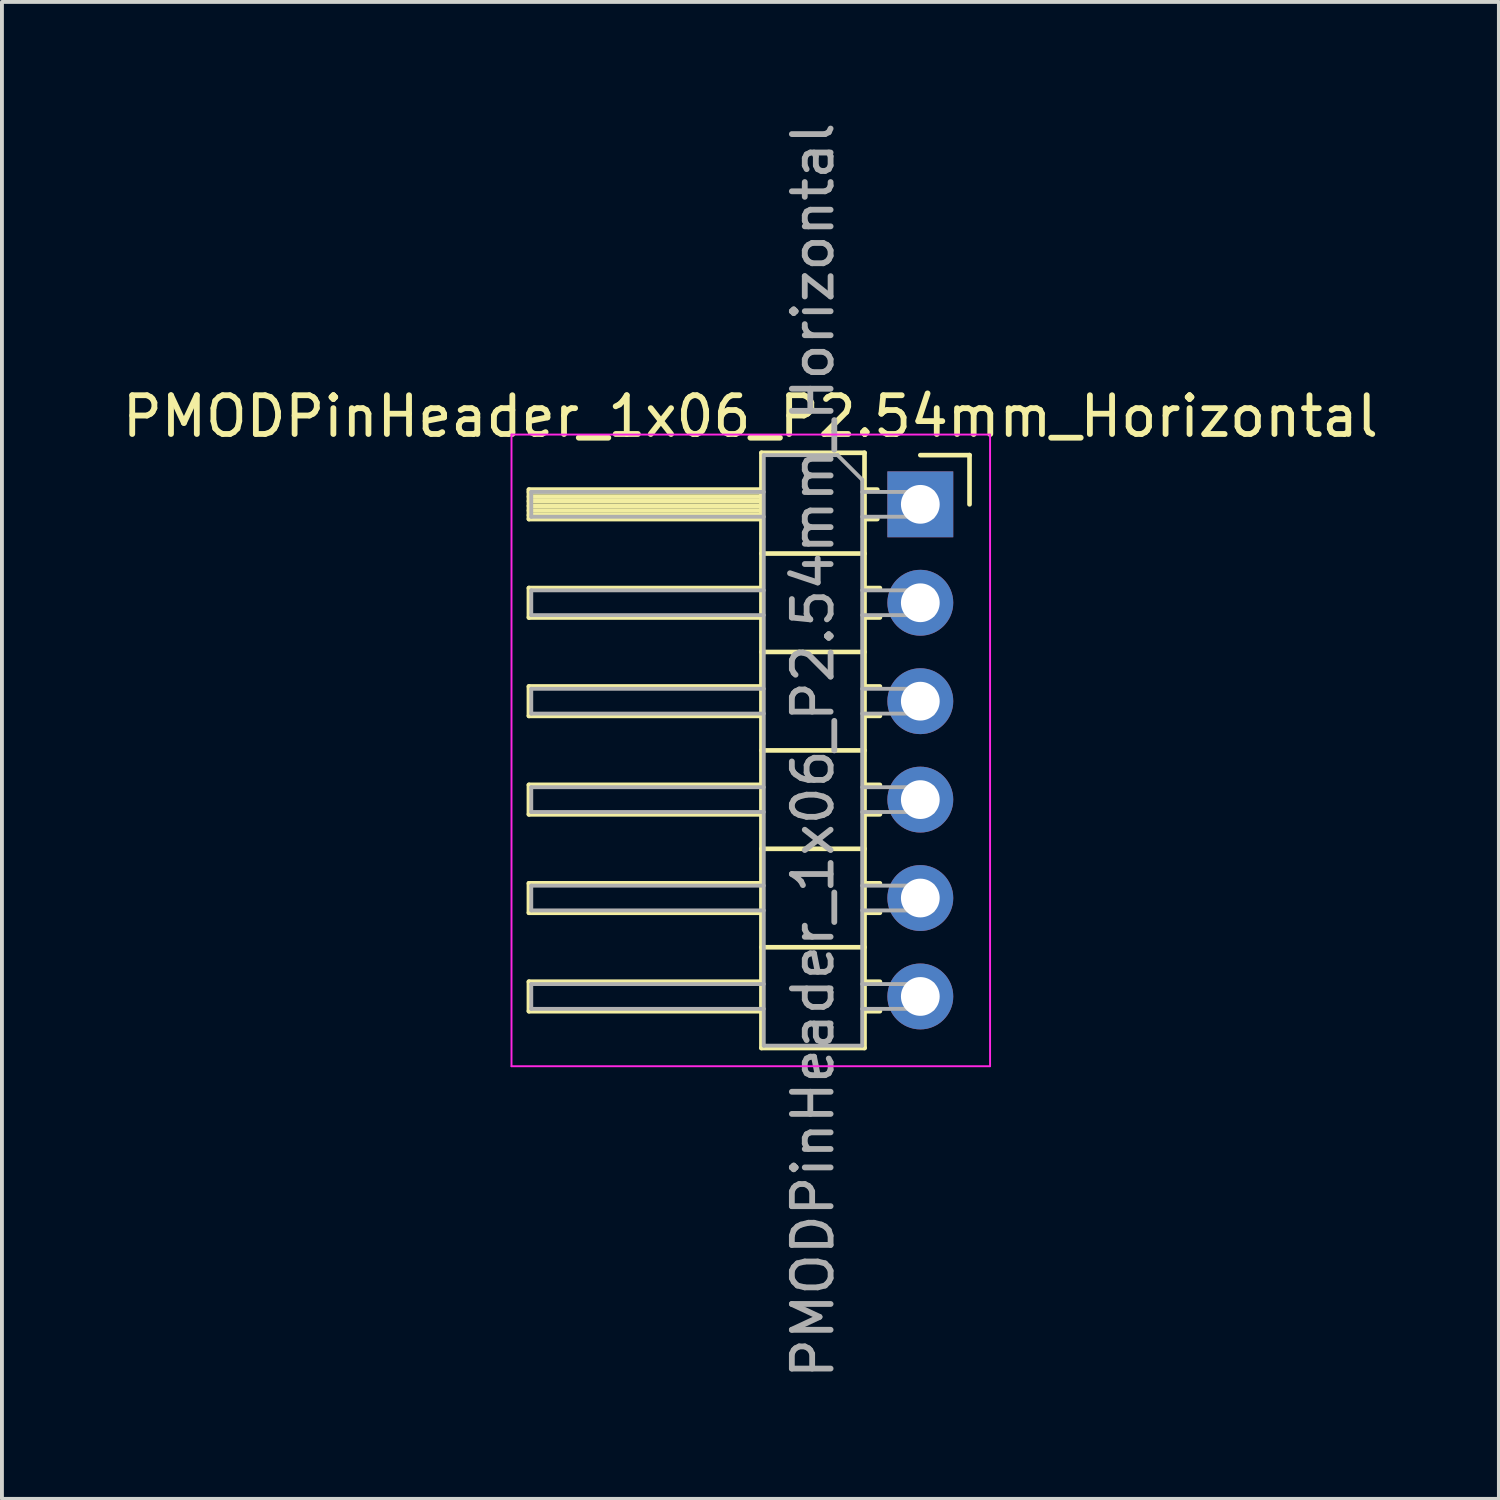
<source format=kicad_pcb>
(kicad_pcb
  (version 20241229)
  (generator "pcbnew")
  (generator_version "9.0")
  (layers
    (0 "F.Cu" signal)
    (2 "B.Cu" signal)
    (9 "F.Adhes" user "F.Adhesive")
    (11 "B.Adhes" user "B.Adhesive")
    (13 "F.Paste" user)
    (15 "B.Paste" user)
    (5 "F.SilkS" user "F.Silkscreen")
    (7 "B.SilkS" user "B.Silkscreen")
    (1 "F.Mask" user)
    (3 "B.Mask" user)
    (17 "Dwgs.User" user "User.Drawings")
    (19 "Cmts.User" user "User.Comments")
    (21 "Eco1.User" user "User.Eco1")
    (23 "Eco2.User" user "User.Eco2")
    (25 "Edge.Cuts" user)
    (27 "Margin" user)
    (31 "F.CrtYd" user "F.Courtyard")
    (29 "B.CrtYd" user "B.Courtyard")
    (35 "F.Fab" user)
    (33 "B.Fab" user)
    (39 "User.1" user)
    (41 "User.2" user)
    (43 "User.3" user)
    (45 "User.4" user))
  (footprint "PMODPinHeader_1x06_P2.54mm_Horizontal"
    (layer "F.Cu")
    (at 20.7 9.965)
    (property "Reference" "PMODPinHeader_1x06_P2.54mm_Horizontal" (at -4.385 -2.27 0) (layer "F.SilkS") (effects (font (size 1 1) (thickness 0.15))))
    (attr through_hole)
    (fp_line (start -10.1 -0.38) (end -10.1 0.38) (stroke (width 0.12) (type solid)) (layer "F.SilkS"))
    (fp_line (start -10.1 0.38) (end -4.1 0.38) (stroke (width 0.12) (type solid)) (layer "F.SilkS"))
    (fp_line (start -10.1 2.16) (end -10.1 2.92) (stroke (width 0.12) (type solid)) (layer "F.SilkS"))
    (fp_line (start -10.1 2.92) (end -4.1 2.92) (stroke (width 0.12) (type solid)) (layer "F.SilkS"))
    (fp_line (start -10.1 4.7) (end -10.1 5.46) (stroke (width 0.12) (type solid)) (layer "F.SilkS"))
    (fp_line (start -10.1 5.46) (end -4.1 5.46) (stroke (width 0.12) (type solid)) (layer "F.SilkS"))
    (fp_line (start -10.1 7.24) (end -10.1 8) (stroke (width 0.12) (type solid)) (layer "F.SilkS"))
    (fp_line (start -10.1 8) (end -4.1 8) (stroke (width 0.12) (type solid)) (layer "F.SilkS"))
    (fp_line (start -10.1 9.78) (end -10.1 10.54) (stroke (width 0.12) (type solid)) (layer "F.SilkS"))
    (fp_line (start -10.1 10.54) (end -4.1 10.54) (stroke (width 0.12) (type solid)) (layer "F.SilkS"))
    (fp_line (start -10.1 12.32) (end -10.1 13.08) (stroke (width 0.12) (type solid)) (layer "F.SilkS"))
    (fp_line (start -10.1 13.08) (end -4.1 13.08) (stroke (width 0.12) (type solid)) (layer "F.SilkS"))
    (fp_line (start -4.1 -1.33) (end -1.44 -1.33) (stroke (width 0.12) (type solid)) (layer "F.SilkS"))
    (fp_line (start -4.1 -0.38) (end -10.1 -0.38) (stroke (width 0.12) (type solid)) (layer "F.SilkS"))
    (fp_line (start -4.1 -0.32) (end -10.1 -0.32) (stroke (width 0.12) (type solid)) (layer "F.SilkS"))
    (fp_line (start -4.1 -0.2) (end -10.1 -0.2) (stroke (width 0.12) (type solid)) (layer "F.SilkS"))
    (fp_line (start -4.1 -0.08) (end -10.1 -0.08) (stroke (width 0.12) (type solid)) (layer "F.SilkS"))
    (fp_line (start -4.1 0.04) (end -10.1 0.04) (stroke (width 0.12) (type solid)) (layer "F.SilkS"))
    (fp_line (start -4.1 0.16) (end -10.1 0.16) (stroke (width 0.12) (type solid)) (layer "F.SilkS"))
    (fp_line (start -4.1 0.28) (end -10.1 0.28) (stroke (width 0.12) (type solid)) (layer "F.SilkS"))
    (fp_line (start -4.1 2.16) (end -10.1 2.16) (stroke (width 0.12) (type solid)) (layer "F.SilkS"))
    (fp_line (start -4.1 4.7) (end -10.1 4.7) (stroke (width 0.12) (type solid)) (layer "F.SilkS"))
    (fp_line (start -4.1 7.24) (end -10.1 7.24) (stroke (width 0.12) (type solid)) (layer "F.SilkS"))
    (fp_line (start -4.1 9.78) (end -10.1 9.78) (stroke (width 0.12) (type solid)) (layer "F.SilkS"))
    (fp_line (start -4.1 12.32) (end -10.1 12.32) (stroke (width 0.12) (type solid)) (layer "F.SilkS"))
    (fp_line (start -4.1 14.03) (end -4.1 -1.33) (stroke (width 0.12) (type solid)) (layer "F.SilkS"))
    (fp_line (start -1.44 -1.33) (end -1.44 14.03) (stroke (width 0.12) (type solid)) (layer "F.SilkS"))
    (fp_line (start -1.44 1.27) (end -4.1 1.27) (stroke (width 0.12) (type solid)) (layer "F.SilkS"))
    (fp_line (start -1.44 3.81) (end -4.1 3.81) (stroke (width 0.12) (type solid)) (layer "F.SilkS"))
    (fp_line (start -1.44 6.35) (end -4.1 6.35) (stroke (width 0.12) (type solid)) (layer "F.SilkS"))
    (fp_line (start -1.44 8.89) (end -4.1 8.89) (stroke (width 0.12) (type solid)) (layer "F.SilkS"))
    (fp_line (start -1.44 11.43) (end -4.1 11.43) (stroke (width 0.12) (type solid)) (layer "F.SilkS"))
    (fp_line (start -1.44 14.03) (end -4.1 14.03) (stroke (width 0.12) (type solid)) (layer "F.SilkS"))
    (fp_line (start -1.11 -0.38) (end -1.44 -0.38) (stroke (width 0.12) (type solid)) (layer "F.SilkS"))
    (fp_line (start -1.11 0.38) (end -1.44 0.38) (stroke (width 0.12) (type solid)) (layer "F.SilkS"))
    (fp_line (start -1.043 2.16) (end -1.44 2.16) (stroke (width 0.12) (type solid)) (layer "F.SilkS"))
    (fp_line (start -1.043 2.92) (end -1.44 2.92) (stroke (width 0.12) (type solid)) (layer "F.SilkS"))
    (fp_line (start -1.043 4.7) (end -1.44 4.7) (stroke (width 0.12) (type solid)) (layer "F.SilkS"))
    (fp_line (start -1.043 5.46) (end -1.44 5.46) (stroke (width 0.12) (type solid)) (layer "F.SilkS"))
    (fp_line (start -1.043 7.24) (end -1.44 7.24) (stroke (width 0.12) (type solid)) (layer "F.SilkS"))
    (fp_line (start -1.043 8) (end -1.44 8) (stroke (width 0.12) (type solid)) (layer "F.SilkS"))
    (fp_line (start -1.043 9.78) (end -1.44 9.78) (stroke (width 0.12) (type solid)) (layer "F.SilkS"))
    (fp_line (start -1.043 10.54) (end -1.44 10.54) (stroke (width 0.12) (type solid)) (layer "F.SilkS"))
    (fp_line (start -1.043 12.32) (end -1.44 12.32) (stroke (width 0.12) (type solid)) (layer "F.SilkS"))
    (fp_line (start -1.043 13.08) (end -1.44 13.08) (stroke (width 0.12) (type solid)) (layer "F.SilkS"))
    (fp_line (start 1.27 -1.27) (end 0 -1.27) (stroke (width 0.12) (type solid)) (layer "F.SilkS"))
    (fp_line (start 1.27 0) (end 1.27 -1.27) (stroke (width 0.12) (type solid)) (layer "F.SilkS"))
    (fp_line (start -10.55 -1.8) (end 1.8 -1.8) (stroke (width 0.05) (type solid)) (layer "F.CrtYd"))
    (fp_line (start -10.55 14.5) (end -10.55 -1.8) (stroke (width 0.05) (type solid)) (layer "F.CrtYd"))
    (fp_line (start 1.8 -1.8) (end 1.8 14.5) (stroke (width 0.05) (type solid)) (layer "F.CrtYd"))
    (fp_line (start 1.8 14.5) (end -10.55 14.5) (stroke (width 0.05) (type solid)) (layer "F.CrtYd"))
    (fp_line (start -10.04 -0.32) (end -10.04 0.32) (stroke (width 0.1) (type solid)) (layer "F.Fab"))
    (fp_line (start -10.04 2.22) (end -10.04 2.86) (stroke (width 0.1) (type solid)) (layer "F.Fab"))
    (fp_line (start -10.04 4.76) (end -10.04 5.4) (stroke (width 0.1) (type solid)) (layer "F.Fab"))
    (fp_line (start -10.04 7.3) (end -10.04 7.94) (stroke (width 0.1) (type solid)) (layer "F.Fab"))
    (fp_line (start -10.04 9.84) (end -10.04 10.48) (stroke (width 0.1) (type solid)) (layer "F.Fab"))
    (fp_line (start -10.04 12.38) (end -10.04 13.02) (stroke (width 0.1) (type solid)) (layer "F.Fab"))
    (fp_line (start -4.04 -1.27) (end -4.04 13.97) (stroke (width 0.1) (type solid)) (layer "F.Fab"))
    (fp_line (start -4.04 -0.32) (end -10.04 -0.32) (stroke (width 0.1) (type solid)) (layer "F.Fab"))
    (fp_line (start -4.04 0.32) (end -10.04 0.32) (stroke (width 0.1) (type solid)) (layer "F.Fab"))
    (fp_line (start -4.04 2.22) (end -10.04 2.22) (stroke (width 0.1) (type solid)) (layer "F.Fab"))
    (fp_line (start -4.04 2.86) (end -10.04 2.86) (stroke (width 0.1) (type solid)) (layer "F.Fab"))
    (fp_line (start -4.04 4.76) (end -10.04 4.76) (stroke (width 0.1) (type solid)) (layer "F.Fab"))
    (fp_line (start -4.04 5.4) (end -10.04 5.4) (stroke (width 0.1) (type solid)) (layer "F.Fab"))
    (fp_line (start -4.04 7.3) (end -10.04 7.3) (stroke (width 0.1) (type solid)) (layer "F.Fab"))
    (fp_line (start -4.04 7.94) (end -10.04 7.94) (stroke (width 0.1) (type solid)) (layer "F.Fab"))
    (fp_line (start -4.04 9.84) (end -10.04 9.84) (stroke (width 0.1) (type solid)) (layer "F.Fab"))
    (fp_line (start -4.04 10.48) (end -10.04 10.48) (stroke (width 0.1) (type solid)) (layer "F.Fab"))
    (fp_line (start -4.04 12.38) (end -10.04 12.38) (stroke (width 0.1) (type solid)) (layer "F.Fab"))
    (fp_line (start -4.04 13.02) (end -10.04 13.02) (stroke (width 0.1) (type solid)) (layer "F.Fab"))
    (fp_line (start -4.04 13.97) (end -1.5 13.97) (stroke (width 0.1) (type solid)) (layer "F.Fab"))
    (fp_line (start -2.135 -1.27) (end -4.04 -1.27) (stroke (width 0.1) (type solid)) (layer "F.Fab"))
    (fp_line (start -1.5 -0.635) (end -2.135 -1.27) (stroke (width 0.1) (type solid)) (layer "F.Fab"))
    (fp_line (start -1.5 13.97) (end -1.5 -0.635) (stroke (width 0.1) (type solid)) (layer "F.Fab"))
    (fp_line (start 0.32 -0.32) (end -1.5 -0.32) (stroke (width 0.1) (type solid)) (layer "F.Fab"))
    (fp_line (start 0.32 -0.32) (end 0.32 0.32) (stroke (width 0.1) (type solid)) (layer "F.Fab"))
    (fp_line (start 0.32 0.32) (end -1.5 0.32) (stroke (width 0.1) (type solid)) (layer "F.Fab"))
    (fp_line (start 0.32 2.22) (end -1.5 2.22) (stroke (width 0.1) (type solid)) (layer "F.Fab"))
    (fp_line (start 0.32 2.22) (end 0.32 2.86) (stroke (width 0.1) (type solid)) (layer "F.Fab"))
    (fp_line (start 0.32 2.86) (end -1.5 2.86) (stroke (width 0.1) (type solid)) (layer "F.Fab"))
    (fp_line (start 0.32 4.76) (end -1.5 4.76) (stroke (width 0.1) (type solid)) (layer "F.Fab"))
    (fp_line (start 0.32 4.76) (end 0.32 5.4) (stroke (width 0.1) (type solid)) (layer "F.Fab"))
    (fp_line (start 0.32 5.4) (end -1.5 5.4) (stroke (width 0.1) (type solid)) (layer "F.Fab"))
    (fp_line (start 0.32 7.3) (end -1.5 7.3) (stroke (width 0.1) (type solid)) (layer "F.Fab"))
    (fp_line (start 0.32 7.3) (end 0.32 7.94) (stroke (width 0.1) (type solid)) (layer "F.Fab"))
    (fp_line (start 0.32 7.94) (end -1.5 7.94) (stroke (width 0.1) (type solid)) (layer "F.Fab"))
    (fp_line (start 0.32 9.84) (end -1.5 9.84) (stroke (width 0.1) (type solid)) (layer "F.Fab"))
    (fp_line (start 0.32 9.84) (end 0.32 10.48) (stroke (width 0.1) (type solid)) (layer "F.Fab"))
    (fp_line (start 0.32 10.48) (end -1.5 10.48) (stroke (width 0.1) (type solid)) (layer "F.Fab"))
    (fp_line (start 0.32 12.38) (end -1.5 12.38) (stroke (width 0.1) (type solid)) (layer "F.Fab"))
    (fp_line (start 0.32 12.38) (end 0.32 13.02) (stroke (width 0.1) (type solid)) (layer "F.Fab"))
    (fp_line (start 0.32 13.02) (end -1.5 13.02) (stroke (width 0.1) (type solid)) (layer "F.Fab"))
    (fp_text user "${REFERENCE}" (at -2.77 6.35 90) (layer "F.Fab") (effects (font (size 1 1) (thickness 0.15))))
    (pad "1" thru_hole rect (at 0 0) (size 1.7 1.7) (drill 1) (layers "*.Cu" "*.Mask"))
    (pad "2" thru_hole oval (at 0 2.54) (size 1.7 1.7) (drill 1) (layers "*.Cu" "*.Mask"))
    (pad "3" thru_hole oval (at 0 5.08) (size 1.7 1.7) (drill 1) (layers "*.Cu" "*.Mask"))
    (pad "4" thru_hole oval (at 0 7.62) (size 1.7 1.7) (drill 1) (layers "*.Cu" "*.Mask"))
    (pad "5" thru_hole oval (at 0 10.16) (size 1.7 1.7) (drill 1) (layers "*.Cu" "*.Mask"))
    (pad "6" thru_hole oval (at 0 12.7) (size 1.7 1.7) (drill 1) (layers "*.Cu" "*.Mask")))
  (gr_rect
    (start -3 -3)
    (end 35.631 35.631)
    (stroke (width 0.1) (type default))
    (fill no)
    (layer "Edge.Cuts")))
</source>
